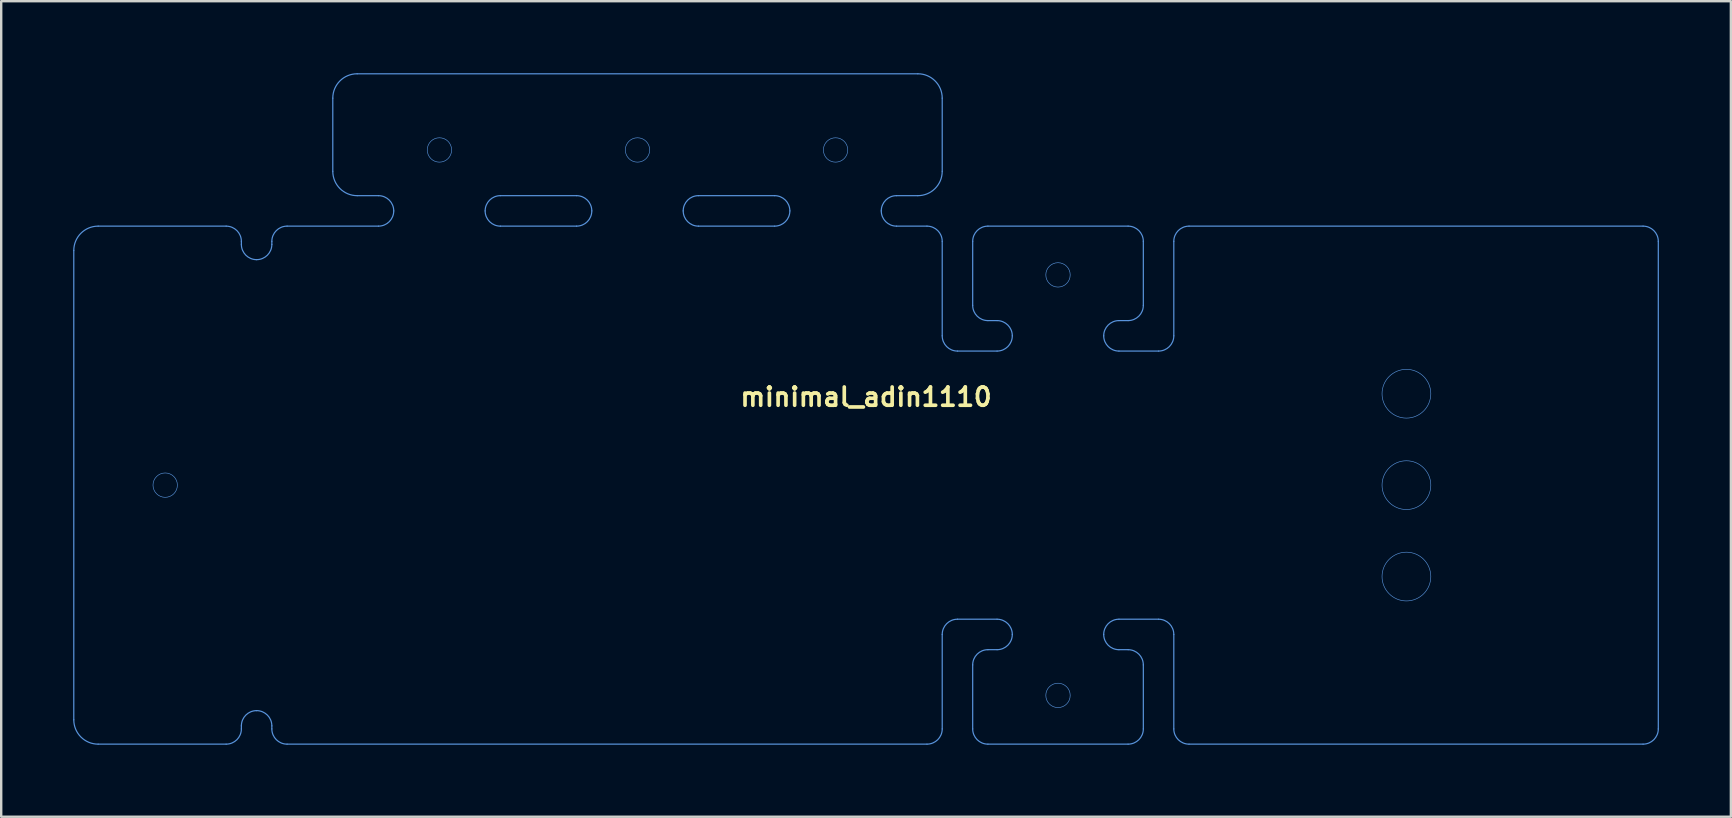
<source format=kicad_pcb>
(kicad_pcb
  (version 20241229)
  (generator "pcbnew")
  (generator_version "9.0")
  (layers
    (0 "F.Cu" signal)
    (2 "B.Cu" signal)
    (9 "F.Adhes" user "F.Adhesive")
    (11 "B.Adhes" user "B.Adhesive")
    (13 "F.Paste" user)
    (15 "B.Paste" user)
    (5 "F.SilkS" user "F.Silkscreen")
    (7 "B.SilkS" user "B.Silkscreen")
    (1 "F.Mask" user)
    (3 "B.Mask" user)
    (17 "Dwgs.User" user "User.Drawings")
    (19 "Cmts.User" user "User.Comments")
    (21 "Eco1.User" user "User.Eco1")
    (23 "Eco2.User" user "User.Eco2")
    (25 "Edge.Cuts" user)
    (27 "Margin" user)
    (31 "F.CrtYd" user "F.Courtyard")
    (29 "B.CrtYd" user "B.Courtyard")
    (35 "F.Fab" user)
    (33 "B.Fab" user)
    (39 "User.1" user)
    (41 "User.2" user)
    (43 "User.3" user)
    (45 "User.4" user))
  (footprint "minimal_adin1110"
    (layer "F.Cu")
    (at 33.045 13.995)
    (property "Reference" "minimal_adin1110" (at 0 -0.5 0) (unlocked yes) (layer "F.SilkS") (effects (font (size 0.762 0.762) (thickness 0.152) (bold yes))))
    (fp_line (start -33.02 12.954) (end -33.02 -6.604) (stroke (width 0.05) (type default)) (layer "Cmts.User"))
    (fp_line (start -32.004 -7.62) (end -26.67 -7.62) (stroke (width 0.05) (type default)) (layer "Cmts.User"))
    (fp_line (start -26.67 13.97) (end -32.004 13.97) (stroke (width 0.05) (type default)) (layer "Cmts.User"))
    (fp_line (start -26.035 -6.858) (end -26.035 -6.985) (stroke (width 0.05) (type default)) (layer "Cmts.User"))
    (fp_line (start -26.035 13.335) (end -26.035 13.208) (stroke (width 0.05) (type default)) (layer "Cmts.User"))
    (fp_line (start -24.765 -6.858) (end -24.765 -6.985) (stroke (width 0.05) (type default)) (layer "Cmts.User"))
    (fp_line (start -24.765 13.335) (end -24.765 13.208) (stroke (width 0.05) (type default)) (layer "Cmts.User"))
    (fp_line (start -24.13 -7.62) (end -20.32 -7.62) (stroke (width 0.05) (type default)) (layer "Cmts.User"))
    (fp_line (start -22.225 -9.906) (end -22.225 -12.954) (stroke (width 0.05) (type default)) (layer "Cmts.User"))
    (fp_line (start -21.209 -13.97) (end 2.159 -13.97) (stroke (width 0.05) (type default)) (layer "Cmts.User"))
    (fp_line (start -21.209 -8.89) (end -20.32 -8.89) (stroke (width 0.05) (type default)) (layer "Cmts.User"))
    (fp_line (start -15.24 -8.89) (end -12.065 -8.89) (stroke (width 0.05) (type default)) (layer "Cmts.User"))
    (fp_line (start -12.065 -7.62) (end -15.24 -7.62) (stroke (width 0.05) (type default)) (layer "Cmts.User"))
    (fp_line (start -6.985 -8.89) (end -3.81 -8.89) (stroke (width 0.05) (type default)) (layer "Cmts.User"))
    (fp_line (start -3.81 -7.62) (end -6.985 -7.62) (stroke (width 0.05) (type default)) (layer "Cmts.User"))
    (fp_line (start 1.27 -7.62) (end 2.54 -7.62) (stroke (width 0.05) (type default)) (layer "Cmts.User"))
    (fp_line (start 2.159 -8.89) (end 1.27 -8.89) (stroke (width 0.05) (type default)) (layer "Cmts.User"))
    (fp_line (start 2.54 13.97) (end -24.13 13.97) (stroke (width 0.05) (type default)) (layer "Cmts.User"))
    (fp_line (start 3.175 -12.954) (end 3.175 -9.906) (stroke (width 0.05) (type default)) (layer "Cmts.User"))
    (fp_line (start 3.175 -6.985) (end 3.175 -3.048) (stroke (width 0.05) (type default)) (layer "Cmts.User"))
    (fp_line (start 3.175 13.335) (end 3.175 9.398) (stroke (width 0.05) (type default)) (layer "Cmts.User"))
    (fp_line (start 3.81 8.763) (end 5.461 8.763) (stroke (width 0.05) (type default)) (layer "Cmts.User"))
    (fp_line (start 4.445 -6.985) (end 4.445 -4.318) (stroke (width 0.05) (type default)) (layer "Cmts.User"))
    (fp_line (start 4.445 13.335) (end 4.445 10.668) (stroke (width 0.05) (type default)) (layer "Cmts.User"))
    (fp_line (start 5.08 -7.62) (end 10.922 -7.62) (stroke (width 0.05) (type solid)) (layer "Cmts.User"))
    (fp_line (start 5.08 -3.683) (end 5.461 -3.683) (stroke (width 0.05) (type default)) (layer "Cmts.User"))
    (fp_line (start 5.461 -2.413) (end 3.81 -2.413) (stroke (width 0.05) (type default)) (layer "Cmts.User"))
    (fp_line (start 5.461 10.033) (end 5.08 10.033) (stroke (width 0.05) (type default)) (layer "Cmts.User"))
    (fp_line (start 10.541 -2.413) (end 12.192 -2.413) (stroke (width 0.05) (type default)) (layer "Cmts.User"))
    (fp_line (start 10.541 10.033) (end 10.922 10.033) (stroke (width 0.05) (type default)) (layer "Cmts.User"))
    (fp_line (start 10.922 -3.683) (end 10.541 -3.683) (stroke (width 0.05) (type default)) (layer "Cmts.User"))
    (fp_line (start 10.922 13.97) (end 5.08 13.97) (stroke (width 0.05) (type default)) (layer "Cmts.User"))
    (fp_line (start 11.557 -6.985) (end 11.557 -4.318) (stroke (width 0.05) (type default)) (layer "Cmts.User"))
    (fp_line (start 11.557 13.335) (end 11.557 10.668) (stroke (width 0.05) (type default)) (layer "Cmts.User"))
    (fp_line (start 12.192 8.763) (end 10.541 8.763) (stroke (width 0.05) (type default)) (layer "Cmts.User"))
    (fp_line (start 12.827 -6.985) (end 12.827 -3.048) (stroke (width 0.05) (type default)) (layer "Cmts.User"))
    (fp_line (start 12.827 13.335) (end 12.827 9.398) (stroke (width 0.05) (type default)) (layer "Cmts.User"))
    (fp_line (start 13.462 -7.62) (end 32.385 -7.62) (stroke (width 0.05) (type default)) (layer "Cmts.User"))
    (fp_line (start 32.385 13.97) (end 13.462 13.97) (stroke (width 0.05) (type default)) (layer "Cmts.User"))
    (fp_line (start 33.02 -6.985) (end 33.02 13.335) (stroke (width 0.05) (type default)) (layer "Cmts.User"))
    (fp_arc (start -33.02 -6.604) (mid -32.72242 -7.32242) (end -32.004 -7.62) (stroke (width 0.05) (type default)) (layer "Cmts.User"))
    (fp_arc (start -32.004 13.97) (mid -32.72242 13.67242) (end -33.02 12.954) (stroke (width 0.05) (type default)) (layer "Cmts.User"))
    (fp_arc (start -26.67 -7.62) (mid -26.220987 -7.434013) (end -26.035 -6.985) (stroke (width 0.05) (type default)) (layer "Cmts.User"))
    (fp_arc (start -26.035 13.208) (mid -25.849013 12.758987) (end -25.4 12.573) (stroke (width 0.05) (type default)) (layer "Cmts.User"))
    (fp_arc (start -26.035 13.335) (mid -26.220987 13.784013) (end -26.67 13.97) (stroke (width 0.05) (type default)) (layer "Cmts.User"))
    (fp_arc (start -25.4 -6.223) (mid -25.849013 -6.408987) (end -26.035 -6.858) (stroke (width 0.05) (type default)) (layer "Cmts.User"))
    (fp_arc (start -25.4 12.573) (mid -24.950987 12.758987) (end -24.765 13.208) (stroke (width 0.05) (type default)) (layer "Cmts.User"))
    (fp_arc (start -24.765 -6.985) (mid -24.579013 -7.434013) (end -24.13 -7.62) (stroke (width 0.05) (type default)) (layer "Cmts.User"))
    (fp_arc (start -24.765 -6.858) (mid -24.950987 -6.408987) (end -25.4 -6.223) (stroke (width 0.05) (type default)) (layer "Cmts.User"))
    (fp_arc (start -24.13 13.97) (mid -24.579013 13.784013) (end -24.765 13.335) (stroke (width 0.05) (type default)) (layer "Cmts.User"))
    (fp_arc (start -22.225 -12.954) (mid -21.92742 -13.67242) (end -21.209 -13.97) (stroke (width 0.05) (type default)) (layer "Cmts.User"))
    (fp_arc (start -21.209 -8.89) (mid -21.92742 -9.18758) (end -22.225 -9.906) (stroke (width 0.05) (type default)) (layer "Cmts.User"))
    (fp_arc (start -20.32 -8.89) (mid -19.870987 -8.704013) (end -19.685 -8.255) (stroke (width 0.05) (type default)) (layer "Cmts.User"))
    (fp_arc (start -19.685 -8.255) (mid -19.870987 -7.805987) (end -20.32 -7.62) (stroke (width 0.05) (type default)) (layer "Cmts.User"))
    (fp_arc (start -15.875 -8.255) (mid -15.689013 -8.704013) (end -15.24 -8.89) (stroke (width 0.05) (type default)) (layer "Cmts.User"))
    (fp_arc (start -15.24 -7.62) (mid -15.689013 -7.805987) (end -15.875 -8.255) (stroke (width 0.05) (type default)) (layer "Cmts.User"))
    (fp_arc (start -12.065 -8.89) (mid -11.615987 -8.704013) (end -11.43 -8.255) (stroke (width 0.05) (type default)) (layer "Cmts.User"))
    (fp_arc (start -11.43 -8.255) (mid -11.615987 -7.805987) (end -12.065 -7.62) (stroke (width 0.05) (type default)) (layer "Cmts.User"))
    (fp_arc (start -7.62 -8.255) (mid -7.434013 -8.704013) (end -6.985 -8.89) (stroke (width 0.05) (type default)) (layer "Cmts.User"))
    (fp_arc (start -6.985 -7.62) (mid -7.434013 -7.805987) (end -7.62 -8.255) (stroke (width 0.05) (type default)) (layer "Cmts.User"))
    (fp_arc (start -3.81 -8.89) (mid -3.360987 -8.704013) (end -3.175 -8.255) (stroke (width 0.05) (type default)) (layer "Cmts.User"))
    (fp_arc (start -3.175 -8.255) (mid -3.360987 -7.805987) (end -3.81 -7.62) (stroke (width 0.05) (type default)) (layer "Cmts.User"))
    (fp_arc (start 0.635 -8.255) (mid 0.820987 -8.704013) (end 1.27 -8.89) (stroke (width 0.05) (type default)) (layer "Cmts.User"))
    (fp_arc (start 1.27 -7.62) (mid 0.820987 -7.805987) (end 0.635 -8.255) (stroke (width 0.05) (type default)) (layer "Cmts.User"))
    (fp_arc (start 2.159 -13.97) (mid 2.87742 -13.67242) (end 3.175 -12.954) (stroke (width 0.05) (type default)) (layer "Cmts.User"))
    (fp_arc (start 2.54 -7.62) (mid 2.989013 -7.434013) (end 3.175 -6.985) (stroke (width 0.05) (type default)) (layer "Cmts.User"))
    (fp_arc (start 3.175 -9.906) (mid 2.87742 -9.18758) (end 2.159 -8.89) (stroke (width 0.05) (type default)) (layer "Cmts.User"))
    (fp_arc (start 3.175 9.398) (mid 3.360987 8.948987) (end 3.81 8.763) (stroke (width 0.05) (type default)) (layer "Cmts.User"))
    (fp_arc (start 3.175 13.335) (mid 2.989013 13.784013) (end 2.54 13.97) (stroke (width 0.05) (type default)) (layer "Cmts.User"))
    (fp_arc (start 3.81 -2.413) (mid 3.360987 -2.598987) (end 3.175 -3.048) (stroke (width 0.05) (type default)) (layer "Cmts.User"))
    (fp_arc (start 4.445 -6.985) (mid 4.630987 -7.434013) (end 5.08 -7.62) (stroke (width 0.05) (type default)) (layer "Cmts.User"))
    (fp_arc (start 4.445 10.668) (mid 4.630987 10.218987) (end 5.08 10.033) (stroke (width 0.05) (type default)) (layer "Cmts.User"))
    (fp_arc (start 5.08 -3.683) (mid 4.630987 -3.868987) (end 4.445 -4.318) (stroke (width 0.05) (type default)) (layer "Cmts.User"))
    (fp_arc (start 5.08 13.97) (mid 4.630987 13.784013) (end 4.445 13.335) (stroke (width 0.05) (type default)) (layer "Cmts.User"))
    (fp_arc (start 5.461 -3.683) (mid 5.910013 -3.497013) (end 6.096 -3.048) (stroke (width 0.05) (type default)) (layer "Cmts.User"))
    (fp_arc (start 5.461 8.763) (mid 5.910013 8.948987) (end 6.096 9.398) (stroke (width 0.05) (type default)) (layer "Cmts.User"))
    (fp_arc (start 6.096 -3.048) (mid 5.910013 -2.598987) (end 5.461 -2.413) (stroke (width 0.05) (type default)) (layer "Cmts.User"))
    (fp_arc (start 6.096 9.398) (mid 5.910013 9.847013) (end 5.461 10.033) (stroke (width 0.05) (type default)) (layer "Cmts.User"))
    (fp_arc (start 9.906 -3.048) (mid 10.091987 -3.497013) (end 10.541 -3.683) (stroke (width 0.05) (type default)) (layer "Cmts.User"))
    (fp_arc (start 9.906 9.398) (mid 10.091987 8.948987) (end 10.541 8.763) (stroke (width 0.05) (type default)) (layer "Cmts.User"))
    (fp_arc (start 10.541 -2.413) (mid 10.091987 -2.598987) (end 9.906 -3.048) (stroke (width 0.05) (type default)) (layer "Cmts.User"))
    (fp_arc (start 10.541 10.033) (mid 10.091987 9.847013) (end 9.906 9.398) (stroke (width 0.05) (type default)) (layer "Cmts.User"))
    (fp_arc (start 10.922 -7.62) (mid 11.371013 -7.434013) (end 11.557 -6.985) (stroke (width 0.05) (type default)) (layer "Cmts.User"))
    (fp_arc (start 10.922 10.033) (mid 11.371013 10.218987) (end 11.557 10.668) (stroke (width 0.05) (type default)) (layer "Cmts.User"))
    (fp_arc (start 11.557 -4.318) (mid 11.371013 -3.868987) (end 10.922 -3.683) (stroke (width 0.05) (type default)) (layer "Cmts.User"))
    (fp_arc (start 11.557 13.335) (mid 11.371013 13.784013) (end 10.922 13.97) (stroke (width 0.05) (type default)) (layer "Cmts.User"))
    (fp_arc (start 12.192 8.763) (mid 12.641013 8.948987) (end 12.827 9.398) (stroke (width 0.05) (type default)) (layer "Cmts.User"))
    (fp_arc (start 12.827 -6.985) (mid 13.012987 -7.434013) (end 13.462 -7.62) (stroke (width 0.05) (type default)) (layer "Cmts.User"))
    (fp_arc (start 12.827 -3.048) (mid 12.641013 -2.598987) (end 12.192 -2.413) (stroke (width 0.05) (type default)) (layer "Cmts.User"))
    (fp_arc (start 13.462 13.97) (mid 13.012987 13.784013) (end 12.827 13.335) (stroke (width 0.05) (type default)) (layer "Cmts.User"))
    (fp_arc (start 32.385 -7.62) (mid 32.834013 -7.434013) (end 33.02 -6.985) (stroke (width 0.05) (type default)) (layer "Cmts.User"))
    (fp_arc (start 33.02 13.335) (mid 32.834013 13.784013) (end 32.385 13.97) (stroke (width 0.05) (type default)) (layer "Cmts.User"))
    (fp_circle (center -29.21 3.175) (end -28.702 3.175) (stroke (width 0.025) (type default)) (fill no) (layer "Cmts.User"))
    (fp_circle (center -17.78 -10.795) (end -17.272 -10.795) (stroke (width 0.025) (type default)) (fill no) (layer "Cmts.User"))
    (fp_circle (center -9.525 -10.795) (end -9.017 -10.795) (stroke (width 0.025) (type default)) (fill no) (layer "Cmts.User"))
    (fp_circle (center -1.27 -10.795) (end -0.762 -10.795) (stroke (width 0.025) (type default)) (fill no) (layer "Cmts.User"))
    (fp_circle (center 8.001 -5.588) (end 8.509 -5.588) (stroke (width 0.025) (type default)) (fill no) (layer "Cmts.User"))
    (fp_circle (center 8.001 11.938) (end 8.509 11.938) (stroke (width 0.025) (type default)) (fill no) (layer "Cmts.User"))
    (fp_circle (center 22.522 -0.635) (end 23.538 -0.635) (stroke (width 0.025) (type solid)) (fill no) (layer "Cmts.User"))
    (fp_circle (center 22.522 3.175) (end 23.538 3.175) (stroke (width 0.025) (type solid)) (fill no) (layer "Cmts.User"))
    (fp_circle (center 22.522 6.985) (end 23.538 6.985) (stroke (width 0.025) (type solid)) (fill no) (layer "Cmts.User")))
  (gr_rect
    (start -3 -3)
    (end 69.09 30.99)
    (stroke (width 0.1) (type default))
    (fill no)
    (layer "Edge.Cuts")))
</source>
